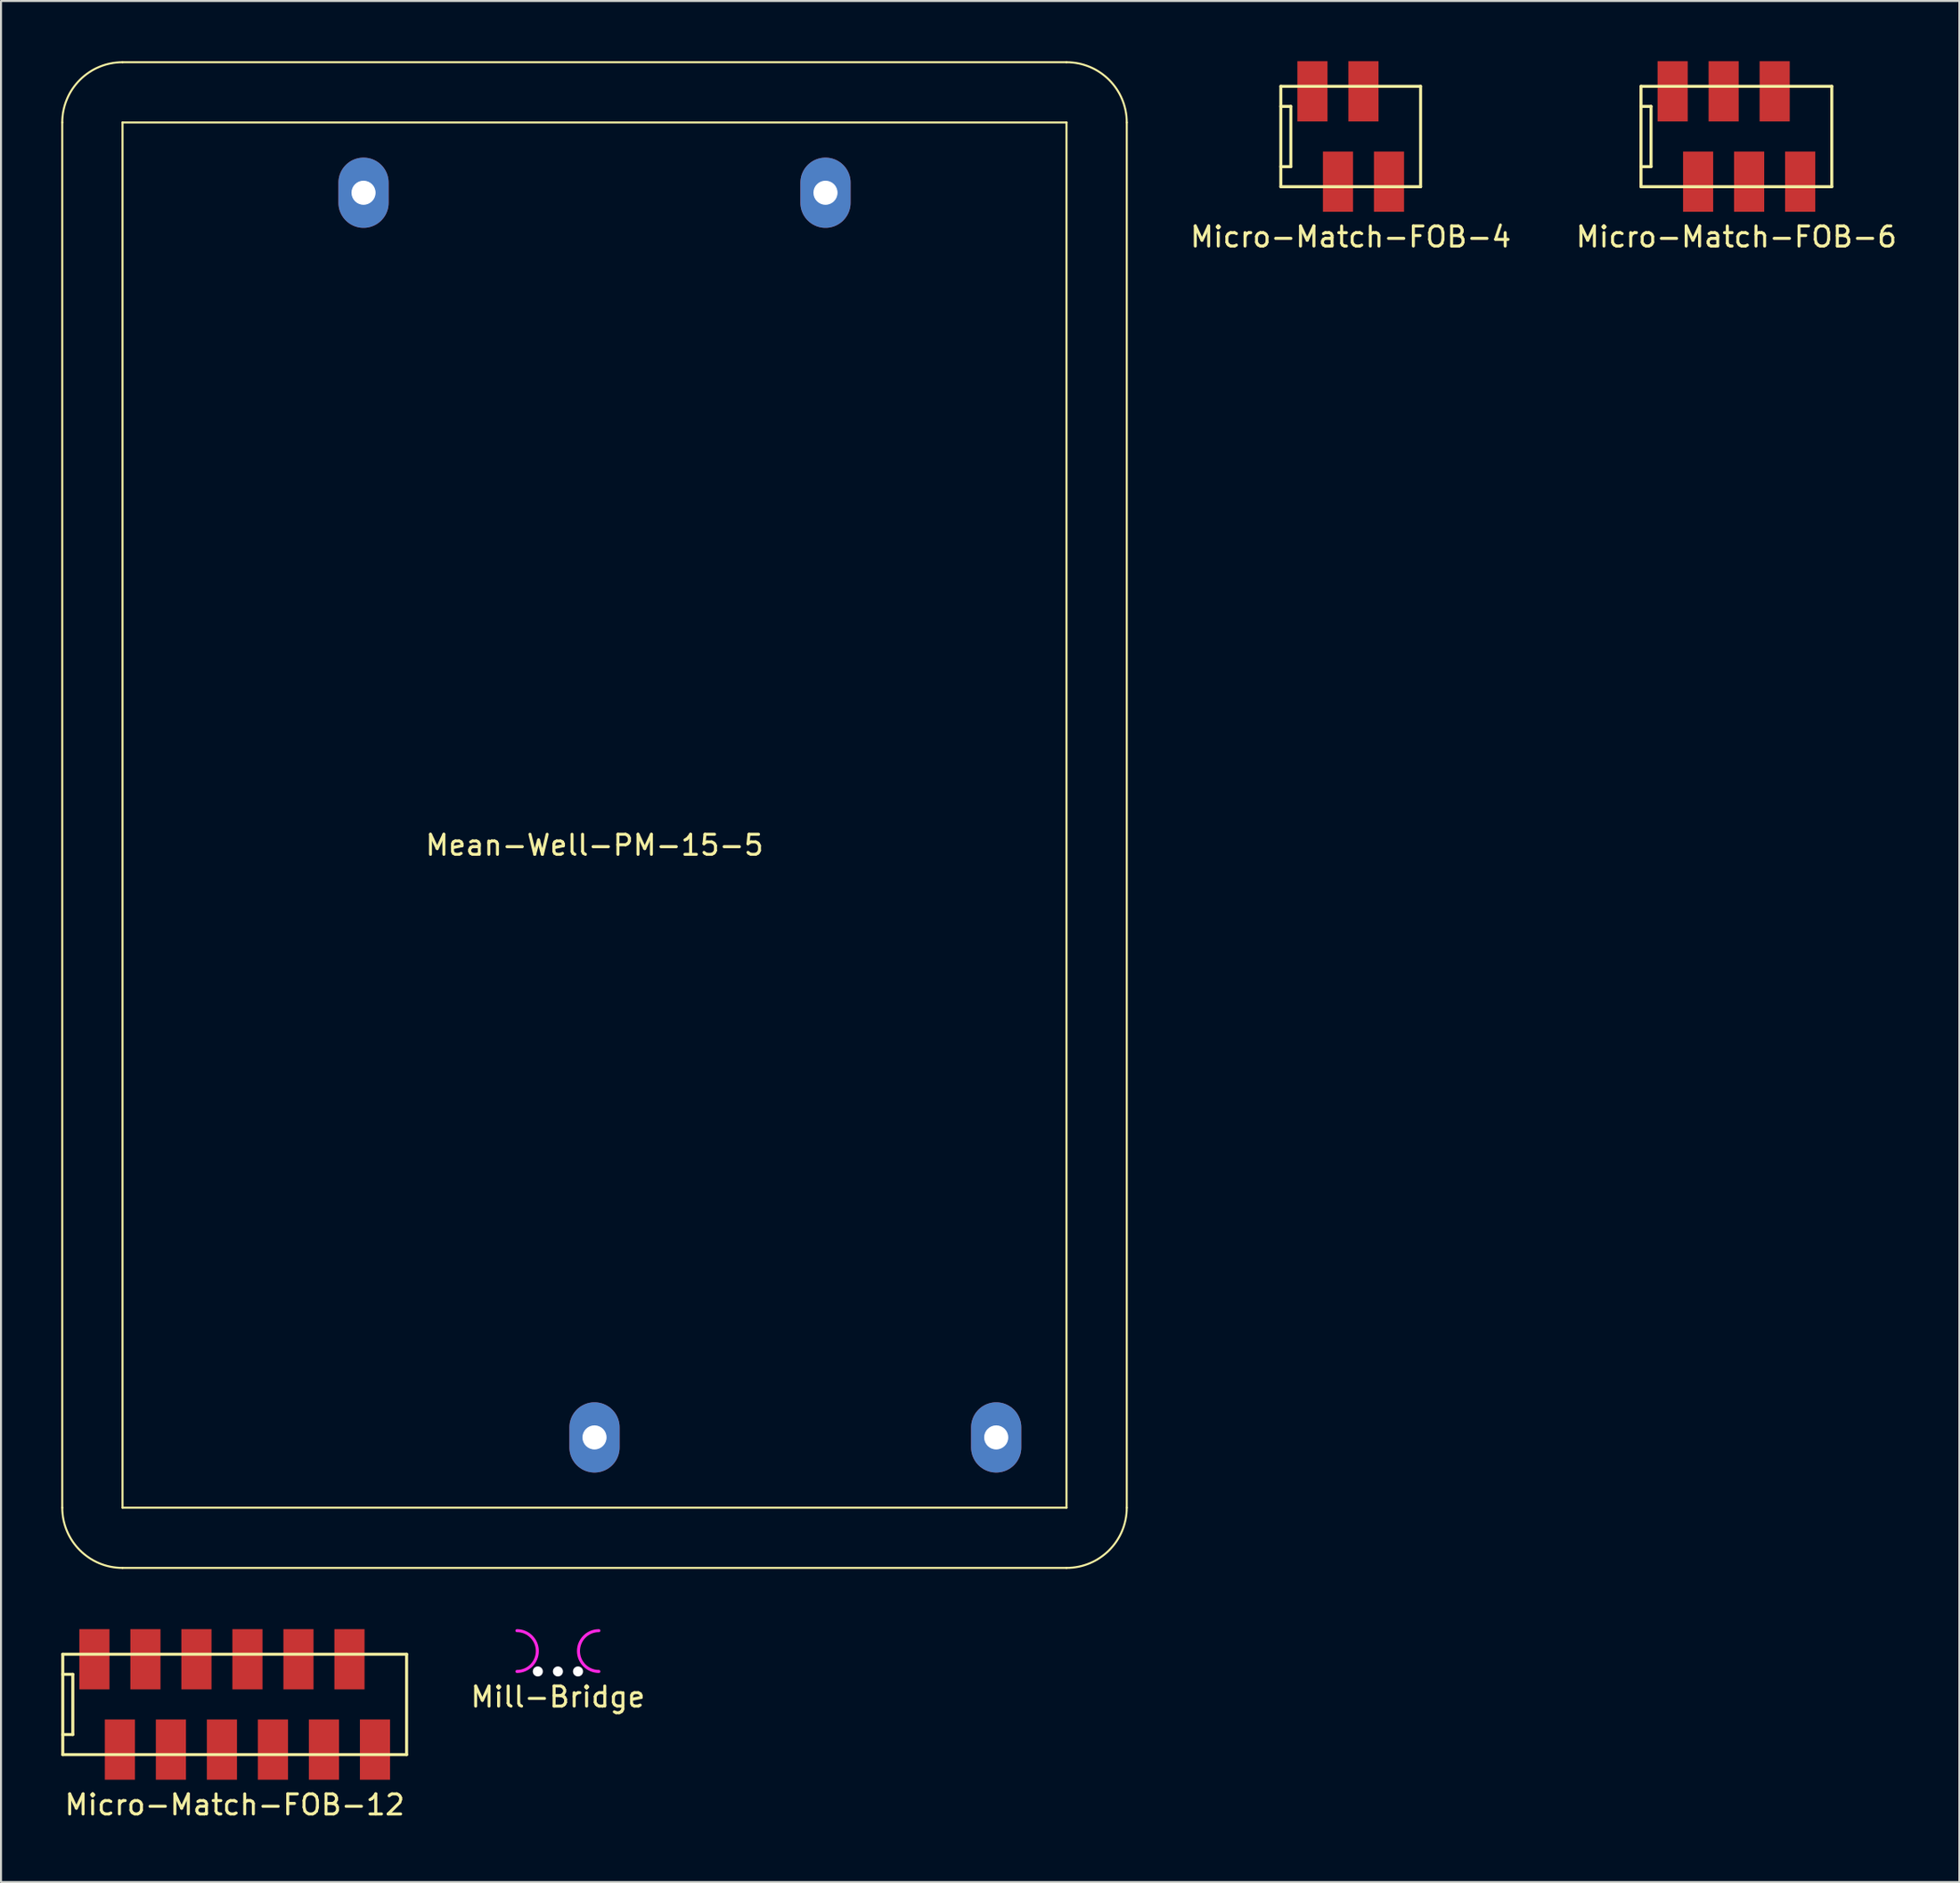
<source format=kicad_pcb>
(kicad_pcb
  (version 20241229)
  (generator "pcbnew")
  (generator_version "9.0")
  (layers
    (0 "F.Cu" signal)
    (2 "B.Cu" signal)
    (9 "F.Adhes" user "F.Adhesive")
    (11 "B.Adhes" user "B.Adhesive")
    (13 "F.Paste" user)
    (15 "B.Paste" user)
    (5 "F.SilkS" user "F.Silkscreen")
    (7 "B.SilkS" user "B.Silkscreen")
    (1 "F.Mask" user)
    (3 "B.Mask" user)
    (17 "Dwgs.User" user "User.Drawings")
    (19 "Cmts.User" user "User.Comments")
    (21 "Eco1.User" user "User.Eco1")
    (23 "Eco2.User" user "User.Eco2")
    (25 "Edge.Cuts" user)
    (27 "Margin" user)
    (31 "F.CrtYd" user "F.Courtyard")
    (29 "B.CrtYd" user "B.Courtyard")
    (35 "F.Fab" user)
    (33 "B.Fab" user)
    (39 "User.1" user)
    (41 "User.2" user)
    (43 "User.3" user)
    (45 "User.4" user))
  (footprint "Mill-Bridge"
    (layer "F.Cu")
    (at 24.728 80.207)
    (property "Reference" "Mill-Bridge" (at 0 1.27 0) (layer "F.SilkS") (effects (font (size 1 1) (thickness 0.15))))
    (attr through_hole)
    (fp_arc (start -2.04 -2.032) (mid -1.024 -1.016) (end -2.04 0) (stroke (width 0.15) (type solid)) (layer "F.CrtYd"))
    (fp_arc (start 2.04 0) (mid 1.024 -1.016) (end 2.04 -2.032) (stroke (width 0.15) (type solid)) (layer "F.CrtYd"))
    (pad "" np_thru_hole circle (at -1 0) (size 0.5 0.5) (drill 0.5) (layers "*.Cu"))
    (pad "" np_thru_hole circle (at 0 0) (size 0.5 0.5) (drill 0.5) (layers "*.Cu"))
    (pad "" np_thru_hole circle (at 1 0) (size 0.5 0.5) (drill 0.5) (layers "*.Cu")))
  (footprint "Mean-Well-PM-15-5"
    (layer "F.Cu")
    (at 26.55 37.55)
    (property "Reference" "Mean-Well-PM-15-5" (at 0 1.5 0) (layer "F.SilkS") (effects (font (size 1 1) (thickness 0.15))))
    (attr through_hole)
    (fp_line (start -26.5 34.5) (end -26.5 -34.5) (stroke (width 0.1) (type solid)) (layer "F.SilkS"))
    (fp_line (start -23.5 -37.5) (end 23.5 -37.5) (stroke (width 0.1) (type solid)) (layer "F.SilkS"))
    (fp_line (start -23.5 -34.5) (end -23.5 34.5) (stroke (width 0.1) (type solid)) (layer "F.SilkS"))
    (fp_line (start -23.5 34.5) (end 23.5 34.5) (stroke (width 0.1) (type solid)) (layer "F.SilkS"))
    (fp_line (start 23.5 -34.5) (end -23.5 -34.5) (stroke (width 0.1) (type solid)) (layer "F.SilkS"))
    (fp_line (start 23.5 34.5) (end 23.5 -34.5) (stroke (width 0.1) (type solid)) (layer "F.SilkS"))
    (fp_line (start 23.5 37.5) (end -23.5 37.5) (stroke (width 0.1) (type solid)) (layer "F.SilkS"))
    (fp_line (start 26.5 -34.5) (end 26.5 34.5) (stroke (width 0.1) (type solid)) (layer "F.SilkS"))
    (fp_arc (start -26.5 -34.5) (mid -25.62132 -36.62132) (end -23.5 -37.5) (stroke (width 0.1) (type solid)) (layer "F.SilkS"))
    (fp_arc (start -23.5 37.5) (mid -25.62132 36.62132) (end -26.5 34.5) (stroke (width 0.1) (type solid)) (layer "F.SilkS"))
    (fp_arc (start 23.5 -37.5) (mid 25.62132 -36.62132) (end 26.5 -34.5) (stroke (width 0.1) (type solid)) (layer "F.SilkS"))
    (fp_arc (start 26.5 34.5) (mid 25.62132 36.62132) (end 23.5 37.5) (stroke (width 0.1) (type solid)) (layer "F.SilkS"))
    (pad "1" thru_hole oval (at 20 31) (size 2.5 3.5) (drill 1.2) (layers "*.Cu" "*.Mask"))
    (pad "2" thru_hole oval (at 0 31) (size 2.5 3.5) (drill 1.2) (layers "*.Cu" "*.Mask"))
    (pad "3" thru_hole oval (at -11.5 -31) (size 2.5 3.5) (drill 1.2) (layers "*.Cu" "*.Mask"))
    (pad "4" thru_hole oval (at 11.5 -31) (size 2.5 3.5) (drill 1.2) (layers "*.Cu" "*.Mask")))
  (footprint "Micro-Match-FOB-12"
    (layer "F.Cu")
    (at 8.635 81.85)
    (property "Reference" "Micro-Match-FOB-12" (at 0 5 0) (layer "F.SilkS") (effects (font (size 1 1) (thickness 0.15))))
    (attr through_hole)
    (fp_line (start -8.56 -2.5) (end -8.56 2.5) (stroke (width 0.15) (type solid)) (layer "F.SilkS"))
    (fp_line (start -8.56 -2.5) (end 8.56 -2.5) (stroke (width 0.15) (type solid)) (layer "F.SilkS"))
    (fp_line (start -8.56 -1.5) (end -8.06 -1.5) (stroke (width 0.15) (type solid)) (layer "F.SilkS"))
    (fp_line (start -8.56 1.5) (end -8.06 1.5) (stroke (width 0.15) (type solid)) (layer "F.SilkS"))
    (fp_line (start -8.56 2.5) (end 8.56 2.5) (stroke (width 0.15) (type solid)) (layer "F.SilkS"))
    (fp_line (start -8.06 -1.5) (end -8.06 1.5) (stroke (width 0.15) (type solid)) (layer "F.SilkS"))
    (fp_line (start 8.56 -2.5) (end 8.56 2.5) (stroke (width 0.15) (type solid)) (layer "F.SilkS"))
    (pad "1" smd rect (at -6.985 -2.25) (size 1.5 3) (layers "F.Cu" "F.Mask" "F.Paste"))
    (pad "2" smd rect (at -5.715 2.25) (size 1.5 3) (layers "F.Cu" "F.Mask" "F.Paste"))
    (pad "3" smd rect (at -4.445 -2.25) (size 1.5 3) (layers "F.Cu" "F.Mask" "F.Paste"))
    (pad "4" smd rect (at -3.175 2.25) (size 1.5 3) (layers "F.Cu" "F.Mask" "F.Paste"))
    (pad "5" smd rect (at -1.905 -2.25) (size 1.5 3) (layers "F.Cu" "F.Mask" "F.Paste"))
    (pad "6" smd rect (at -0.635 2.25) (size 1.5 3) (layers "F.Cu" "F.Mask" "F.Paste"))
    (pad "7" smd rect (at 0.635 -2.25) (size 1.5 3) (layers "F.Cu" "F.Mask" "F.Paste"))
    (pad "8" smd rect (at 1.905 2.25) (size 1.5 3) (layers "F.Cu" "F.Mask" "F.Paste"))
    (pad "9" smd rect (at 3.175 -2.25) (size 1.5 3) (layers "F.Cu" "F.Mask" "F.Paste"))
    (pad "10" smd rect (at 4.445 2.25) (size 1.5 3) (layers "F.Cu" "F.Mask" "F.Paste"))
    (pad "11" smd rect (at 5.715 -2.25) (size 1.5 3) (layers "F.Cu" "F.Mask" "F.Paste"))
    (pad "12" smd rect (at 6.985 2.25) (size 1.5 3) (layers "F.Cu" "F.Mask" "F.Paste")))
  (footprint "Micro-Match-FOB-4"
    (layer "F.Cu")
    (at 64.201 3.75)
    (property "Reference" "Micro-Match-FOB-4" (at 0 5 0) (layer "F.SilkS") (effects (font (size 1 1) (thickness 0.15))))
    (attr through_hole)
    (fp_line (start -3.48 -2.5) (end -3.48 2.5) (stroke (width 0.15) (type solid)) (layer "F.SilkS"))
    (fp_line (start -3.48 -2.5) (end 3.48 -2.5) (stroke (width 0.15) (type solid)) (layer "F.SilkS"))
    (fp_line (start -3.48 -1.5) (end -2.98 -1.5) (stroke (width 0.15) (type solid)) (layer "F.SilkS"))
    (fp_line (start -3.48 1.5) (end -2.98 1.5) (stroke (width 0.15) (type solid)) (layer "F.SilkS"))
    (fp_line (start -3.48 2.5) (end 3.48 2.5) (stroke (width 0.15) (type solid)) (layer "F.SilkS"))
    (fp_line (start -2.98 -1.5) (end -2.98 1.5) (stroke (width 0.15) (type solid)) (layer "F.SilkS"))
    (fp_line (start 3.48 -2.5) (end 3.48 2.5) (stroke (width 0.15) (type solid)) (layer "F.SilkS"))
    (pad "1" smd rect (at -1.905 -2.25) (size 1.5 3) (layers "F.Cu" "F.Mask" "F.Paste"))
    (pad "2" smd rect (at -0.635 2.25) (size 1.5 3) (layers "F.Cu" "F.Mask" "F.Paste"))
    (pad "3" smd rect (at 0.635 -2.25) (size 1.5 3) (layers "F.Cu" "F.Mask" "F.Paste"))
    (pad "4" smd rect (at 1.905 2.25) (size 1.5 3) (layers "F.Cu" "F.Mask" "F.Paste")))
  (footprint "Micro-Match-FOB-6"
    (layer "F.Cu")
    (at 83.404 3.75)
    (property "Reference" "Micro-Match-FOB-6" (at 0 5 0) (layer "F.SilkS") (effects (font (size 1 1) (thickness 0.15))))
    (attr smd)
    (fp_line (start -4.75 -2.5) (end -4.75 2.5) (stroke (width 0.15) (type solid)) (layer "F.SilkS"))
    (fp_line (start -4.75 -2.5) (end 4.75 -2.5) (stroke (width 0.15) (type solid)) (layer "F.SilkS"))
    (fp_line (start -4.75 -1.5) (end -4.25 -1.5) (stroke (width 0.15) (type solid)) (layer "F.SilkS"))
    (fp_line (start -4.75 1.5) (end -4.25 1.5) (stroke (width 0.15) (type solid)) (layer "F.SilkS"))
    (fp_line (start -4.75 2.5) (end 4.75 2.5) (stroke (width 0.15) (type solid)) (layer "F.SilkS"))
    (fp_line (start -4.25 -1.5) (end -4.25 1.5) (stroke (width 0.15) (type solid)) (layer "F.SilkS"))
    (fp_line (start 4.75 -2.5) (end 4.75 2.5) (stroke (width 0.15) (type solid)) (layer "F.SilkS"))
    (pad "1" smd rect (at -3.175 -2.25) (size 1.5 3) (layers "F.Cu" "F.Mask" "F.Paste"))
    (pad "2" smd rect (at -1.905 2.25) (size 1.5 3) (layers "F.Cu" "F.Mask" "F.Paste"))
    (pad "3" smd rect (at -0.635 -2.25) (size 1.5 3) (layers "F.Cu" "F.Mask" "F.Paste"))
    (pad "4" smd rect (at 0.635 2.25) (size 1.5 3) (layers "F.Cu" "F.Mask" "F.Paste"))
    (pad "5" smd rect (at 1.905 -2.25) (size 1.5 3) (layers "F.Cu" "F.Mask" "F.Paste"))
    (pad "6" smd rect (at 3.175 2.25) (size 1.5 3) (layers "F.Cu" "F.Mask" "F.Paste")))
  (gr_rect
    (start -3 -3)
    (end 94.505 90.698)
    (stroke (width 0.1) (type default))
    (fill no)
    (layer "Edge.Cuts")))
</source>
